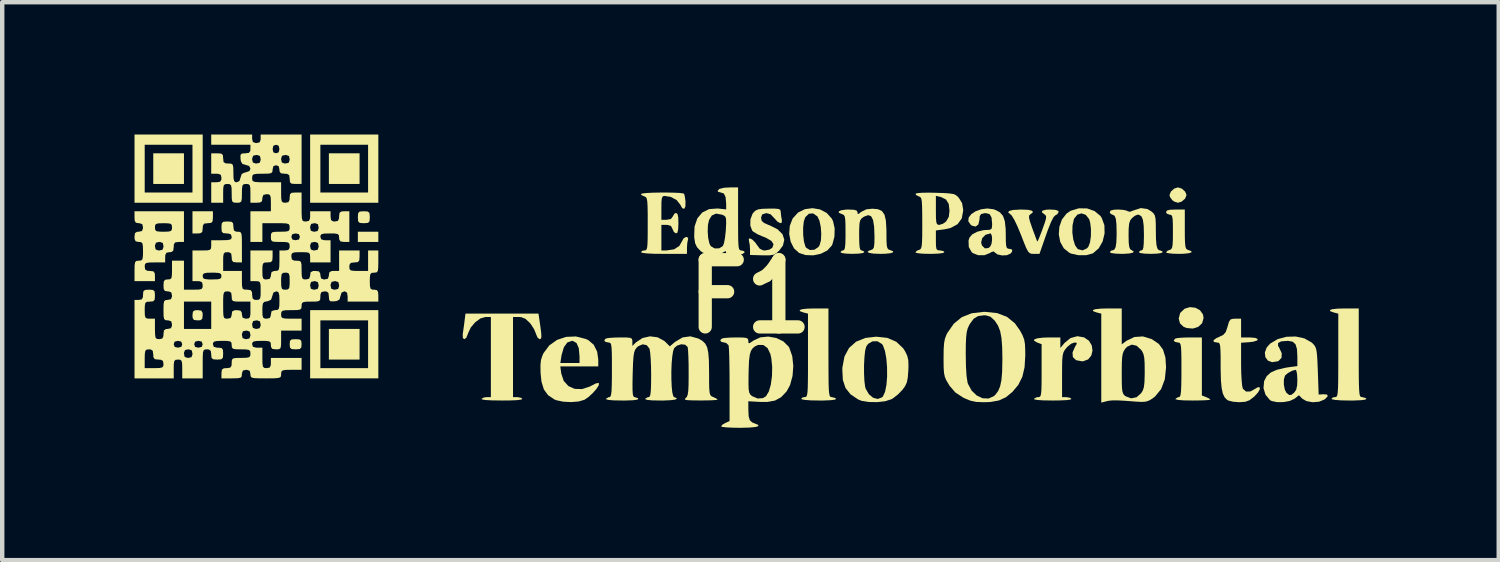
<source format=kicad_pcb>
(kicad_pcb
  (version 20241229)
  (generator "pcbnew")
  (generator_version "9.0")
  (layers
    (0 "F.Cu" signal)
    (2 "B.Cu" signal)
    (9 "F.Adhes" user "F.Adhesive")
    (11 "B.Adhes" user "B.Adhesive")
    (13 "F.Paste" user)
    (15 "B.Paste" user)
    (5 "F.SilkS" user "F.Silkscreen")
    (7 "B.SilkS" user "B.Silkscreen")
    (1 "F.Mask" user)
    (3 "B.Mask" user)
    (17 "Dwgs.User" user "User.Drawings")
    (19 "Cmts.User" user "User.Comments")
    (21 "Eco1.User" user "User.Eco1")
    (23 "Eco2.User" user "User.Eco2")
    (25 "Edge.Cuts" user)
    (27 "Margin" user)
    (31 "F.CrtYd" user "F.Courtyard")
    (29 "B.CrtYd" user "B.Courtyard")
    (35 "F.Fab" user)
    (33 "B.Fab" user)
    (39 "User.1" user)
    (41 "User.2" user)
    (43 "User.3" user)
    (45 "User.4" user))
  (footprint "F1"
    (layer "F.Cu")
    (at 13.956 3.673)
    (property "Reference" "F1" (at 0 0 0) (layer "F.SilkS") (effects (font (size 1.524 1.524) (thickness 0.3))))
    (attr board_only exclude_from_pos_files exclude_from_bom)
    (fp_poly (pts (xy -12.835 -2.552) (xy -13.531 -2.552) (xy -13.531 -3.247) (xy -12.835 -3.247)) (stroke (width 0) (type solid)) (fill yes) (layer "F.SilkS"))
    (fp_poly (pts (xy -8.853 -2.552) (xy -9.549 -2.552) (xy -9.549 -3.247) (xy -8.853 -3.247)) (stroke (width 0) (type solid)) (fill yes) (layer "F.SilkS"))
    (fp_poly (pts (xy -8.853 1.43) (xy -9.549 1.43) (xy -9.549 0.735) (xy -8.853 0.735)) (stroke (width 0) (type solid)) (fill yes) (layer "F.SilkS"))
    (fp_poly (pts (xy -8.428 -1.237) (xy -8.892 -1.237) (xy -8.892 -1.469) (xy -8.428 -1.469)) (stroke (width 0) (type solid)) (fill yes) (layer "F.SilkS"))
    (fp_poly (pts (xy -12.41 -2.126) (xy -13.956 -2.126) (xy -13.956 -2.358) (xy -13.725 -2.358) (xy -12.642 -2.358) (xy -12.642 -3.441) (xy -13.725 -3.441) (xy -13.725 -2.358) (xy -13.956 -2.358) (xy -13.956 -3.673) (xy -12.41 -3.673)) (stroke (width 0) (type solid)) (fill yes) (layer "F.SilkS"))
    (fp_poly (pts (xy -8.428 -2.126) (xy -9.974 -2.126) (xy -9.974 -2.358) (xy -9.742 -2.358) (xy -8.66 -2.358) (xy -8.66 -3.441) (xy -9.742 -3.441) (xy -9.742 -2.358) (xy -9.974 -2.358) (xy -9.974 -3.673) (xy -8.428 -3.673)) (stroke (width 0) (type solid)) (fill yes) (layer "F.SilkS"))
    (fp_poly (pts (xy -8.428 1.856) (xy -9.974 1.856) (xy -9.974 1.624) (xy -9.742 1.624) (xy -8.66 1.624) (xy -8.66 0.541) (xy -9.742 0.541) (xy -9.742 1.624) (xy -9.974 1.624) (xy -9.974 0.309) (xy -8.428 0.309)) (stroke (width 0) (type solid)) (fill yes) (layer "F.SilkS"))
    (fp_poly (pts (xy -12.444 0.319) (xy -12.414 0.364) (xy -12.41 0.425) (xy -12.42 0.507) (xy -12.465 0.538) (xy -12.526 0.541) (xy -12.608 0.532) (xy -12.638 0.486) (xy -12.642 0.425) (xy -12.632 0.343) (xy -12.587 0.313) (xy -12.526 0.309)) (stroke (width 0) (type solid)) (fill yes) (layer "F.SilkS"))
    (fp_poly (pts (xy -10.212 0.973) (xy -10.175 1.006) (xy -10.168 1.082) (xy -10.175 1.16) (xy -10.214 1.192) (xy -10.303 1.198) (xy -10.394 1.192) (xy -10.431 1.159) (xy -10.438 1.082) (xy -10.431 1.005) (xy -10.393 0.973) (xy -10.303 0.967)) (stroke (width 0) (type solid)) (fill yes) (layer "F.SilkS"))
    (fp_poly (pts (xy -12.178 -1.798) (xy -12.185 -1.707) (xy -12.217 -1.67) (xy -12.294 -1.662) (xy -12.376 -1.653) (xy -12.406 -1.608) (xy -12.41 -1.546) (xy -12.42 -1.464) (xy -12.465 -1.434) (xy -12.526 -1.43) (xy -12.642 -1.43) (xy -12.642 -1.933) (xy -12.178 -1.933)) (stroke (width 0) (type solid)) (fill yes) (layer "F.SilkS"))
    (fp_poly (pts (xy 9.793 -2.445) (xy 9.868 -2.376) (xy 9.897 -2.3) (xy 9.865 -2.22) (xy 9.788 -2.153) (xy 9.704 -2.126) (xy 9.619 -2.152) (xy 9.571 -2.187) (xy 9.522 -2.258) (xy 9.511 -2.3) (xy 9.543 -2.38) (xy 9.62 -2.448) (xy 9.704 -2.474)) (stroke (width 0) (type solid)) (fill yes) (layer "F.SilkS"))
    (fp_poly (pts (xy 10.096 0.254) (xy 10.201 0.31) (xy 10.269 0.404) (xy 10.284 0.486) (xy 10.251 0.605) (xy 10.163 0.688) (xy 10.04 0.727) (xy 9.898 0.714) (xy 9.833 0.689) (xy 9.749 0.611) (xy 9.72 0.499) (xy 9.751 0.38) (xy 9.761 0.364) (xy 9.855 0.276) (xy 9.973 0.241)) (stroke (width 0) (type solid)) (fill yes) (layer "F.SilkS"))
    (fp_poly (pts (xy -8.666 -1.927) (xy -8.629 -1.893) (xy -8.621 -1.808) (xy -8.621 -1.798) (xy -8.627 -1.707) (xy -8.661 -1.67) (xy -8.746 -1.662) (xy -8.757 -1.662) (xy -8.847 -1.668) (xy -8.885 -1.702) (xy -8.892 -1.787) (xy -8.892 -1.798) (xy -8.886 -1.888) (xy -8.852 -1.926) (xy -8.767 -1.933) (xy -8.757 -1.933)) (stroke (width 0) (type solid)) (fill yes) (layer "F.SilkS"))
    (fp_poly (pts (xy 10.245 2.244) (xy 10.342 2.281) (xy 10.413 2.315) (xy 10.438 2.338) (xy 10.402 2.346) (xy 10.305 2.353) (xy 10.162 2.357) (xy 10.03 2.358) (xy 9.834 2.355) (xy 9.705 2.345) (xy 9.647 2.329) (xy 9.646 2.32) (xy 9.702 2.284) (xy 9.725 2.281) (xy 9.747 2.269) (xy 9.762 2.227) (xy 9.772 2.145) (xy 9.778 2.012) (xy 9.781 1.818) (xy 9.781 1.662) (xy 9.781 1.431) (xy 9.778 1.266) (xy 9.773 1.156) (xy 9.762 1.09) (xy 9.746 1.056) (xy 9.723 1.045) (xy 9.706 1.044) (xy 9.632 1.027) (xy 9.607 0.991) (xy 9.644 0.953) (xy 9.649 0.951) (xy 9.717 0.939) (xy 9.837 0.931) (xy 9.978 0.928) (xy 10.245 0.928)) (stroke (width 0) (type solid)) (fill yes) (layer "F.SilkS"))
    (fp_poly (pts (xy 9.858 -1.523) (xy 9.859 -1.331) (xy 9.864 -1.202) (xy 9.874 -1.123) (xy 9.892 -1.08) (xy 9.92 -1.06) (xy 9.936 -1.055) (xy 10.008 -1.027) (xy 10.009 -1.001) (xy 9.946 -0.981) (xy 9.825 -0.969) (xy 9.723 -0.967) (xy 9.585 -0.971) (xy 9.482 -0.982) (xy 9.434 -0.997) (xy 9.433 -1.001) (xy 9.465 -1.037) (xy 9.511 -1.055) (xy 9.546 -1.07) (xy 9.568 -1.104) (xy 9.581 -1.171) (xy 9.587 -1.286) (xy 9.588 -1.463) (xy 9.588 -1.465) (xy 9.587 -1.642) (xy 9.582 -1.756) (xy 9.57 -1.82) (xy 9.549 -1.849) (xy 9.516 -1.856) (xy 9.511 -1.856) (xy 9.448 -1.88) (xy 9.433 -1.914) (xy 9.452 -1.949) (xy 9.519 -1.967) (xy 9.646 -1.972) (xy 9.858 -1.972)) (stroke (width 0) (type solid)) (fill yes) (layer "F.SilkS"))
    (fp_poly (pts (xy 1.778 1.276) (xy 1.779 1.58) (xy 1.78 1.816) (xy 1.782 1.992) (xy 1.787 2.117) (xy 1.795 2.2) (xy 1.806 2.249) (xy 1.821 2.273) (xy 1.841 2.28) (xy 1.853 2.281) (xy 1.927 2.299) (xy 1.952 2.32) (xy 1.928 2.338) (xy 1.83 2.351) (xy 1.664 2.358) (xy 1.568 2.358) (xy 1.382 2.355) (xy 1.246 2.345) (xy 1.171 2.33) (xy 1.16 2.32) (xy 1.192 2.288) (xy 1.237 2.281) (xy 1.261 2.278) (xy 1.28 2.265) (xy 1.293 2.23) (xy 1.303 2.167) (xy 1.309 2.065) (xy 1.312 1.916) (xy 1.314 1.711) (xy 1.314 1.441) (xy 1.314 1.335) (xy 1.314 0.388) (xy 1.218 0.364) (xy 1.135 0.334) (xy 1.124 0.308) (xy 1.18 0.288) (xy 1.299 0.275) (xy 1.45 0.271) (xy 1.778 0.271)) (stroke (width 0) (type solid)) (fill yes) (layer "F.SilkS"))
    (fp_poly (pts (xy 13.802 1.276) (xy 13.802 1.58) (xy 13.803 1.816) (xy 13.806 1.992) (xy 13.811 2.117) (xy 13.818 2.2) (xy 13.829 2.249) (xy 13.845 2.273) (xy 13.865 2.28) (xy 13.877 2.281) (xy 13.951 2.299) (xy 13.976 2.32) (xy 13.951 2.338) (xy 13.854 2.351) (xy 13.687 2.358) (xy 13.591 2.358) (xy 13.405 2.355) (xy 13.269 2.345) (xy 13.194 2.33) (xy 13.183 2.32) (xy 13.216 2.288) (xy 13.261 2.281) (xy 13.285 2.278) (xy 13.303 2.265) (xy 13.317 2.23) (xy 13.326 2.167) (xy 13.332 2.065) (xy 13.336 1.916) (xy 13.337 1.711) (xy 13.338 1.441) (xy 13.338 1.335) (xy 13.338 0.388) (xy 13.241 0.364) (xy 13.158 0.334) (xy 13.147 0.308) (xy 13.204 0.288) (xy 13.323 0.275) (xy 13.473 0.271) (xy 13.802 0.271)) (stroke (width 0) (type solid)) (fill yes) (layer "F.SilkS"))
    (fp_poly (pts (xy 1.586 -1.975) (xy 1.738 -1.895) (xy 1.854 -1.766) (xy 1.882 -1.709) (xy 1.919 -1.545) (xy 1.914 -1.358) (xy 1.869 -1.188) (xy 1.854 -1.156) (xy 1.755 -1.046) (xy 1.607 -0.97) (xy 1.433 -0.933) (xy 1.256 -0.94) (xy 1.112 -0.988) (xy 0.997 -1.092) (xy 0.921 -1.243) (xy 0.888 -1.42) (xy 0.898 -1.559) (xy 1.204 -1.559) (xy 1.205 -1.399) (xy 1.222 -1.248) (xy 1.255 -1.135) (xy 1.273 -1.105) (xy 1.358 -1.054) (xy 1.46 -1.061) (xy 1.549 -1.121) (xy 1.576 -1.16) (xy 1.607 -1.269) (xy 1.615 -1.418) (xy 1.604 -1.577) (xy 1.574 -1.719) (xy 1.529 -1.815) (xy 1.525 -1.819) (xy 1.428 -1.885) (xy 1.333 -1.876) (xy 1.253 -1.798) (xy 1.219 -1.701) (xy 1.204 -1.559) (xy 0.898 -1.559) (xy 0.902 -1.603) (xy 0.966 -1.769) (xy 0.968 -1.771) (xy 1.088 -1.903) (xy 1.243 -1.98) (xy 1.415 -2.003)) (stroke (width 0) (type solid)) (fill yes) (layer "F.SilkS"))
    (fp_poly (pts (xy 7.641 -1.997) (xy 7.811 -1.938) (xy 7.944 -1.828) (xy 7.975 -1.781) (xy 8.035 -1.615) (xy 8.039 -1.43) (xy 7.995 -1.248) (xy 7.906 -1.092) (xy 7.78 -0.983) (xy 7.77 -0.977) (xy 7.623 -0.937) (xy 7.448 -0.936) (xy 7.281 -0.973) (xy 7.242 -0.99) (xy 7.115 -1.092) (xy 7.034 -1.237) (xy 7.001 -1.406) (xy 7.004 -1.452) (xy 7.308 -1.452) (xy 7.329 -1.294) (xy 7.37 -1.161) (xy 7.429 -1.078) (xy 7.435 -1.074) (xy 7.54 -1.046) (xy 7.638 -1.091) (xy 7.672 -1.13) (xy 7.709 -1.228) (xy 7.729 -1.372) (xy 7.73 -1.532) (xy 7.712 -1.678) (xy 7.688 -1.756) (xy 7.612 -1.852) (xy 7.516 -1.885) (xy 7.421 -1.856) (xy 7.348 -1.765) (xy 7.343 -1.751) (xy 7.312 -1.613) (xy 7.308 -1.452) (xy 7.004 -1.452) (xy 7.014 -1.582) (xy 7.072 -1.746) (xy 7.176 -1.88) (xy 7.268 -1.943) (xy 7.454 -2)) (stroke (width 0) (type solid)) (fill yes) (layer "F.SilkS"))
    (fp_poly (pts (xy -4.778 0.512) (xy -4.75 0.705) (xy -4.734 0.835) (xy -4.731 0.913) (xy -4.74 0.953) (xy -4.76 0.966) (xy -4.771 0.967) (xy -4.817 0.933) (xy -4.852 0.852) (xy -4.853 0.848) (xy -4.895 0.743) (xy -4.969 0.628) (xy -4.995 0.596) (xy -5.093 0.505) (xy -5.189 0.468) (xy -5.243 0.464) (xy -5.374 0.464) (xy -5.374 2.281) (xy -5.279 2.281) (xy -5.198 2.295) (xy -5.161 2.32) (xy -5.187 2.337) (xy -5.286 2.35) (xy -5.457 2.357) (xy -5.625 2.358) (xy -5.845 2.355) (xy -5.997 2.347) (xy -6.078 2.333) (xy -6.089 2.32) (xy -6.036 2.29) (xy -5.971 2.281) (xy -5.876 2.281) (xy -5.876 0.464) (xy -5.997 0.464) (xy -6.113 0.497) (xy -6.231 0.584) (xy -6.332 0.703) (xy -6.394 0.835) (xy -6.398 0.85) (xy -6.434 0.936) (xy -6.478 0.968) (xy -6.511 0.943) (xy -6.515 0.861) (xy -6.515 0.86) (xy -6.5 0.755) (xy -6.481 0.62) (xy -6.475 0.57) (xy -6.452 0.387) (xy -4.797 0.387)) (stroke (width 0) (type solid)) (fill yes) (layer "F.SilkS"))
    (fp_poly (pts (xy 6.929 -1.964) (xy 6.989 -1.941) (xy 6.998 -1.918) (xy 6.966 -1.864) (xy 6.93 -1.846) (xy 6.884 -1.803) (xy 6.826 -1.692) (xy 6.753 -1.51) (xy 6.713 -1.397) (xy 6.563 -0.967) (xy 6.436 -0.967) (xy 6.381 -0.969) (xy 6.34 -0.984) (xy 6.303 -1.024) (xy 6.262 -1.1) (xy 6.21 -1.226) (xy 6.145 -1.394) (xy 6.066 -1.585) (xy 5.995 -1.734) (xy 5.937 -1.831) (xy 5.908 -1.86) (xy 5.854 -1.904) (xy 5.873 -1.939) (xy 5.962 -1.962) (xy 6.118 -1.971) (xy 6.149 -1.972) (xy 6.311 -1.965) (xy 6.399 -1.943) (xy 6.413 -1.909) (xy 6.358 -1.865) (xy 6.331 -1.84) (xy 6.325 -1.795) (xy 6.343 -1.714) (xy 6.388 -1.582) (xy 6.401 -1.544) (xy 6.451 -1.408) (xy 6.49 -1.303) (xy 6.512 -1.249) (xy 6.514 -1.245) (xy 6.531 -1.273) (xy 6.567 -1.358) (xy 6.615 -1.483) (xy 6.632 -1.53) (xy 6.685 -1.677) (xy 6.711 -1.769) (xy 6.713 -1.821) (xy 6.693 -1.851) (xy 6.676 -1.862) (xy 6.616 -1.911) (xy 6.63 -1.947) (xy 6.715 -1.968) (xy 6.804 -1.972)) (stroke (width 0) (type solid)) (fill yes) (layer "F.SilkS"))
    (fp_poly (pts (xy -3.725 0.962) (xy -3.665 0.99) (xy -3.544 1.094) (xy -3.466 1.251) (xy -3.441 1.429) (xy -3.441 1.585) (xy -4.302 1.585) (xy -4.28 1.746) (xy -4.225 1.912) (xy -4.119 2.03) (xy -3.976 2.094) (xy -3.808 2.099) (xy -3.629 2.04) (xy -3.58 2.013) (xy -3.487 1.967) (xy -3.43 1.962) (xy -3.424 1.968) (xy -3.433 2.019) (xy -3.486 2.1) (xy -3.568 2.192) (xy -3.662 2.278) (xy -3.752 2.34) (xy -3.754 2.341) (xy -3.884 2.38) (xy -4.055 2.394) (xy -4.234 2.385) (xy -4.39 2.352) (xy -4.438 2.333) (xy -4.579 2.237) (xy -4.674 2.108) (xy -4.729 1.931) (xy -4.749 1.736) (xy -4.752 1.564) (xy -4.747 1.508) (xy -4.301 1.508) (xy -3.866 1.508) (xy -3.866 1.356) (xy -3.883 1.171) (xy -3.934 1.054) (xy -4.019 1.006) (xy -4.038 1.005) (xy -4.142 1.042) (xy -4.22 1.149) (xy -4.272 1.324) (xy -4.275 1.343) (xy -4.301 1.508) (xy -4.747 1.508) (xy -4.74 1.44) (xy -4.707 1.337) (xy -4.683 1.285) (xy -4.552 1.109) (xy -4.376 0.984) (xy -4.169 0.915) (xy -3.947 0.906)) (stroke (width 0) (type solid)) (fill yes) (layer "F.SilkS"))
    (fp_poly (pts (xy 11.134 0.928) (xy 11.331 0.928) (xy 11.458 0.939) (xy 11.513 0.965) (xy 11.497 0.997) (xy 11.413 1.024) (xy 11.315 1.036) (xy 11.134 1.048) (xy 11.134 1.532) (xy 11.137 1.724) (xy 11.146 1.892) (xy 11.158 2.02) (xy 11.174 2.089) (xy 11.174 2.09) (xy 11.245 2.155) (xy 11.343 2.153) (xy 11.426 2.108) (xy 11.513 2.057) (xy 11.557 2.059) (xy 11.559 2.102) (xy 11.52 2.173) (xy 11.439 2.263) (xy 11.423 2.277) (xy 11.324 2.352) (xy 11.228 2.387) (xy 11.097 2.396) (xy 11.085 2.396) (xy 10.956 2.386) (xy 10.852 2.361) (xy 10.817 2.344) (xy 10.76 2.285) (xy 10.72 2.2) (xy 10.693 2.076) (xy 10.677 1.903) (xy 10.671 1.668) (xy 10.67 1.563) (xy 10.67 1.354) (xy 10.666 1.21) (xy 10.659 1.119) (xy 10.646 1.069) (xy 10.624 1.048) (xy 10.595 1.044) (xy 10.517 1.03) (xy 10.507 0.996) (xy 10.564 0.949) (xy 10.631 0.918) (xy 10.73 0.87) (xy 10.786 0.806) (xy 10.823 0.699) (xy 10.828 0.68) (xy 10.86 0.572) (xy 10.895 0.52) (xy 10.956 0.504) (xy 11.004 0.503) (xy 11.134 0.503)) (stroke (width 0) (type solid)) (fill yes) (layer "F.SilkS"))
    (fp_poly (pts (xy 3.113 0.938) (xy 3.316 1.026) (xy 3.471 1.172) (xy 3.518 1.245) (xy 3.564 1.342) (xy 3.588 1.441) (xy 3.593 1.57) (xy 3.589 1.682) (xy 3.577 1.84) (xy 3.555 1.949) (xy 3.514 2.036) (xy 3.457 2.114) (xy 3.355 2.22) (xy 3.242 2.308) (xy 3.206 2.329) (xy 3.065 2.374) (xy 2.884 2.395) (xy 2.696 2.392) (xy 2.53 2.365) (xy 2.455 2.336) (xy 2.28 2.219) (xy 2.165 2.074) (xy 2.104 1.89) (xy 2.097 1.742) (xy 2.585 1.742) (xy 2.593 1.913) (xy 2.61 2.045) (xy 2.623 2.091) (xy 2.696 2.217) (xy 2.792 2.296) (xy 2.896 2.323) (xy 2.989 2.288) (xy 3.014 2.264) (xy 3.061 2.162) (xy 3.093 2.005) (xy 3.108 1.814) (xy 3.107 1.608) (xy 3.091 1.409) (xy 3.06 1.237) (xy 3.015 1.111) (xy 2.991 1.077) (xy 2.89 1.015) (xy 2.777 1.016) (xy 2.677 1.074) (xy 2.635 1.134) (xy 2.61 1.229) (xy 2.594 1.377) (xy 2.585 1.556) (xy 2.585 1.742) (xy 2.097 1.742) (xy 2.092 1.654) (xy 2.095 1.605) (xy 2.141 1.36) (xy 2.246 1.165) (xy 2.405 1.024) (xy 2.617 0.939) (xy 2.86 0.911)) (stroke (width 0) (type solid)) (fill yes) (layer "F.SilkS"))
    (fp_poly (pts (xy 7.575 0.927) (xy 7.686 1.004) (xy 7.749 1.111) (xy 7.765 1.23) (xy 7.737 1.341) (xy 7.665 1.427) (xy 7.552 1.468) (xy 7.525 1.469) (xy 7.393 1.444) (xy 7.32 1.374) (xy 7.312 1.268) (xy 7.369 1.139) (xy 7.409 1.072) (xy 7.401 1.047) (xy 7.353 1.044) (xy 7.279 1.072) (xy 7.194 1.142) (xy 7.175 1.163) (xy 7.134 1.215) (xy 7.106 1.268) (xy 7.089 1.336) (xy 7.079 1.436) (xy 7.076 1.582) (xy 7.075 1.781) (xy 7.075 2.281) (xy 7.169 2.281) (xy 7.251 2.295) (xy 7.288 2.32) (xy 7.262 2.338) (xy 7.164 2.35) (xy 6.995 2.357) (xy 6.862 2.358) (xy 6.654 2.355) (xy 6.513 2.346) (xy 6.443 2.331) (xy 6.437 2.32) (xy 6.492 2.287) (xy 6.536 2.281) (xy 6.564 2.277) (xy 6.585 2.257) (xy 6.598 2.21) (xy 6.606 2.124) (xy 6.61 1.989) (xy 6.611 1.793) (xy 6.611 1.681) (xy 6.611 1.081) (xy 6.506 1.041) (xy 6.44 1.003) (xy 6.447 0.971) (xy 6.519 0.947) (xy 6.653 0.932) (xy 6.775 0.928) (xy 7.036 0.928) (xy 7.036 1.166) (xy 7.134 1.05) (xy 7.267 0.942) (xy 7.422 0.9)) (stroke (width 0) (type solid)) (fill yes) (layer "F.SilkS"))
    (fp_poly (pts (xy 0.565 -1.993) (xy 0.647 -1.985) (xy 0.685 -1.965) (xy 0.696 -1.927) (xy 0.696 -1.916) (xy 0.707 -1.811) (xy 0.72 -1.749) (xy 0.722 -1.679) (xy 0.685 -1.663) (xy 0.62 -1.699) (xy 0.546 -1.781) (xy 0.465 -1.864) (xy 0.382 -1.889) (xy 0.355 -1.887) (xy 0.276 -1.861) (xy 0.252 -1.795) (xy 0.251 -1.78) (xy 0.264 -1.718) (xy 0.313 -1.671) (xy 0.416 -1.624) (xy 0.445 -1.614) (xy 0.624 -1.524) (xy 0.736 -1.413) (xy 0.777 -1.288) (xy 0.746 -1.155) (xy 0.66 -1.04) (xy 0.594 -0.981) (xy 0.53 -0.947) (xy 0.445 -0.934) (xy 0.312 -0.933) (xy 0.273 -0.934) (xy 0 -0.942) (xy 0 -1.067) (xy -0.007 -1.175) (xy -0.023 -1.253) (xy -0.029 -1.308) (xy 0.004 -1.317) (xy 0.059 -1.285) (xy 0.122 -1.22) (xy 0.15 -1.179) (xy 0.22 -1.085) (xy 0.297 -1.047) (xy 0.342 -1.044) (xy 0.442 -1.064) (xy 0.505 -1.105) (xy 0.533 -1.184) (xy 0.485 -1.26) (xy 0.359 -1.333) (xy 0.286 -1.362) (xy 0.167 -1.413) (xy 0.076 -1.469) (xy 0.048 -1.495) (xy 0.006 -1.61) (xy 0.009 -1.748) (xy 0.056 -1.875) (xy 0.074 -1.899) (xy 0.123 -1.948) (xy 0.186 -1.976) (xy 0.285 -1.989) (xy 0.422 -1.993)) (stroke (width 0) (type solid)) (fill yes) (layer "F.SilkS"))
    (fp_poly (pts (xy 8.428 1.085) (xy 8.538 1.003) (xy 8.715 0.918) (xy 8.908 0.905) (xy 9.107 0.966) (xy 9.121 0.974) (xy 9.269 1.075) (xy 9.365 1.206) (xy 9.418 1.38) (xy 9.433 1.605) (xy 9.405 1.877) (xy 9.321 2.099) (xy 9.183 2.268) (xy 9.124 2.313) (xy 9.046 2.36) (xy 8.971 2.384) (xy 8.873 2.39) (xy 8.729 2.382) (xy 8.699 2.379) (xy 8.484 2.363) (xy 8.33 2.355) (xy 8.218 2.355) (xy 8.132 2.364) (xy 8.07 2.378) (xy 7.964 2.406) (xy 7.964 1.743) (xy 8.428 1.743) (xy 8.429 1.938) (xy 8.433 2.071) (xy 8.444 2.156) (xy 8.463 2.209) (xy 8.492 2.244) (xy 8.515 2.261) (xy 8.641 2.309) (xy 8.764 2.284) (xy 8.868 2.192) (xy 8.906 2.13) (xy 8.93 2.055) (xy 8.943 1.948) (xy 8.948 1.791) (xy 8.949 1.702) (xy 8.947 1.518) (xy 8.939 1.393) (xy 8.921 1.307) (xy 8.89 1.241) (xy 8.869 1.211) (xy 8.764 1.115) (xy 8.654 1.091) (xy 8.548 1.141) (xy 8.51 1.182) (xy 8.474 1.235) (xy 8.451 1.297) (xy 8.437 1.385) (xy 8.43 1.515) (xy 8.428 1.703) (xy 8.428 1.743) (xy 7.964 1.743) (xy 7.964 0.388) (xy 7.867 0.364) (xy 7.784 0.334) (xy 7.773 0.308) (xy 7.83 0.288) (xy 7.949 0.275) (xy 8.099 0.271) (xy 8.428 0.271)) (stroke (width 0) (type solid)) (fill yes) (layer "F.SilkS"))
    (fp_poly (pts (xy -0.271 -1.759) (xy -0.27 -1.508) (xy -0.269 -1.324) (xy -0.264 -1.196) (xy -0.257 -1.115) (xy -0.244 -1.069) (xy -0.225 -1.049) (xy -0.199 -1.044) (xy -0.19 -1.044) (xy -0.131 -1.025) (xy -0.125 -0.996) (xy -0.172 -0.964) (xy -0.275 -0.942) (xy -0.341 -0.935) (xy -0.461 -0.933) (xy -0.522 -0.946) (xy -0.541 -0.979) (xy -0.541 -0.986) (xy -0.548 -1.026) (xy -0.582 -1.018) (xy -0.627 -0.988) (xy -0.771 -0.931) (xy -0.931 -0.937) (xy -1.083 -1.003) (xy -1.126 -1.037) (xy -1.203 -1.119) (xy -1.245 -1.209) (xy -1.265 -1.34) (xy -1.266 -1.357) (xy -1.262 -1.478) (xy -0.96 -1.478) (xy -0.949 -1.328) (xy -0.921 -1.203) (xy -0.891 -1.143) (xy -0.804 -1.091) (xy -0.699 -1.092) (xy -0.617 -1.143) (xy -0.591 -1.208) (xy -0.568 -1.328) (xy -0.551 -1.478) (xy -0.549 -1.509) (xy -0.541 -1.662) (xy -0.543 -1.755) (xy -0.558 -1.807) (xy -0.591 -1.836) (xy -0.638 -1.856) (xy -0.77 -1.88) (xy -0.867 -1.836) (xy -0.928 -1.738) (xy -0.954 -1.625) (xy -0.96 -1.478) (xy -1.262 -1.478) (xy -1.258 -1.586) (xy -1.195 -1.771) (xy -1.083 -1.905) (xy -0.927 -1.982) (xy -0.733 -1.996) (xy -0.725 -1.995) (xy -0.541 -1.975) (xy -0.541 -2.106) (xy -0.554 -2.253) (xy -0.593 -2.334) (xy -0.661 -2.358) (xy -0.722 -2.373) (xy -0.735 -2.393) (xy -0.698 -2.439) (xy -0.59 -2.466) (xy -0.441 -2.474) (xy -0.271 -2.474)) (stroke (width 0) (type solid)) (fill yes) (layer "F.SilkS"))
    (fp_poly (pts (xy 4.198 -2.352) (xy 4.391 -2.346) (xy 4.522 -2.337) (xy 4.608 -2.324) (xy 4.665 -2.301) (xy 4.708 -2.266) (xy 4.739 -2.23) (xy 4.808 -2.117) (xy 4.832 -1.974) (xy 4.833 -1.947) (xy 4.801 -1.771) (xy 4.706 -1.64) (xy 4.55 -1.555) (xy 4.412 -1.524) (xy 4.214 -1.498) (xy 4.214 -1.271) (xy 4.216 -1.144) (xy 4.228 -1.076) (xy 4.257 -1.049) (xy 4.311 -1.044) (xy 4.383 -1.031) (xy 4.407 -1.005) (xy 4.371 -0.986) (xy 4.271 -0.973) (xy 4.121 -0.967) (xy 4.079 -0.967) (xy 3.93 -0.97) (xy 3.817 -0.98) (xy 3.756 -0.994) (xy 3.75 -1.001) (xy 3.782 -1.037) (xy 3.827 -1.055) (xy 3.857 -1.067) (xy 3.878 -1.093) (xy 3.892 -1.145) (xy 3.9 -1.234) (xy 3.904 -1.373) (xy 3.905 -1.573) (xy 3.905 -1.662) (xy 3.904 -1.887) (xy 3.901 -2.047) (xy 3.895 -2.153) (xy 3.884 -2.217) (xy 3.865 -2.251) (xy 3.839 -2.266) (xy 3.827 -2.27) (xy 3.803 -2.282) (xy 4.214 -2.282) (xy 4.214 -1.953) (xy 4.215 -1.793) (xy 4.222 -1.695) (xy 4.238 -1.645) (xy 4.265 -1.626) (xy 4.291 -1.624) (xy 4.375 -1.65) (xy 4.446 -1.701) (xy 4.507 -1.807) (xy 4.523 -1.945) (xy 4.505 -2.101) (xy 4.443 -2.2) (xy 4.332 -2.255) (xy 4.32 -2.258) (xy 4.214 -2.282) (xy 3.803 -2.282) (xy 3.765 -2.302) (xy 3.75 -2.327) (xy 3.787 -2.343) (xy 3.892 -2.352) (xy 4.055 -2.355)) (stroke (width 0) (type solid)) (fill yes) (layer "F.SilkS"))
    (fp_poly (pts (xy 5.521 -1.978) (xy 5.559 -1.965) (xy 5.664 -1.91) (xy 5.735 -1.829) (xy 5.777 -1.709) (xy 5.796 -1.535) (xy 5.799 -1.401) (xy 5.8 -1.244) (xy 5.808 -1.149) (xy 5.824 -1.101) (xy 5.853 -1.084) (xy 5.876 -1.082) (xy 5.944 -1.065) (xy 5.941 -1.016) (xy 5.907 -0.974) (xy 5.826 -0.937) (xy 5.715 -0.931) (xy 5.612 -0.954) (xy 5.568 -0.985) (xy 5.524 -1.022) (xy 5.472 -1.007) (xy 5.438 -0.985) (xy 5.313 -0.936) (xy 5.173 -0.936) (xy 5.052 -0.984) (xy 5.026 -1.005) (xy 4.96 -1.122) (xy 4.956 -1.225) (xy 5.24 -1.225) (xy 5.259 -1.157) (xy 5.325 -1.091) (xy 5.405 -1.099) (xy 5.443 -1.129) (xy 5.474 -1.192) (xy 5.488 -1.282) (xy 5.484 -1.369) (xy 5.463 -1.424) (xy 5.449 -1.43) (xy 5.34 -1.4) (xy 5.265 -1.324) (xy 5.24 -1.225) (xy 4.956 -1.225) (xy 4.954 -1.265) (xy 4.973 -1.332) (xy 5.037 -1.408) (xy 5.152 -1.469) (xy 5.292 -1.504) (xy 5.353 -1.508) (xy 5.442 -1.513) (xy 5.481 -1.544) (xy 5.489 -1.623) (xy 5.489 -1.653) (xy 5.476 -1.792) (xy 5.432 -1.868) (xy 5.35 -1.89) (xy 5.313 -1.888) (xy 5.238 -1.869) (xy 5.208 -1.82) (xy 5.202 -1.74) (xy 5.177 -1.634) (xy 5.116 -1.586) (xy 5.032 -1.606) (xy 5.005 -1.625) (xy 4.949 -1.706) (xy 4.957 -1.789) (xy 5.016 -1.867) (xy 5.115 -1.933) (xy 5.241 -1.978) (xy 5.38 -1.996)) (stroke (width 0) (type solid)) (fill yes) (layer "F.SilkS"))
    (fp_poly (pts (xy 9.009 -1.984) (xy 9.099 -1.93) (xy 9.148 -1.887) (xy 9.178 -1.838) (xy 9.194 -1.765) (xy 9.2 -1.65) (xy 9.201 -1.508) (xy 9.204 -1.306) (xy 9.215 -1.17) (xy 9.236 -1.089) (xy 9.269 -1.051) (xy 9.302 -1.044) (xy 9.351 -1.022) (xy 9.356 -1.005) (xy 9.32 -0.985) (xy 9.224 -0.972) (xy 9.085 -0.967) (xy 9.085 -0.967) (xy 8.946 -0.972) (xy 8.85 -0.985) (xy 8.815 -1.005) (xy 8.815 -1.005) (xy 8.846 -1.039) (xy 8.873 -1.044) (xy 8.9 -1.057) (xy 8.918 -1.106) (xy 8.927 -1.203) (xy 8.931 -1.361) (xy 8.931 -1.403) (xy 8.926 -1.604) (xy 8.908 -1.738) (xy 8.875 -1.817) (xy 8.822 -1.852) (xy 8.788 -1.856) (xy 8.725 -1.83) (xy 8.66 -1.778) (xy 8.62 -1.725) (xy 8.596 -1.653) (xy 8.585 -1.54) (xy 8.583 -1.391) (xy 8.586 -1.226) (xy 8.598 -1.124) (xy 8.621 -1.071) (xy 8.641 -1.058) (xy 8.698 -1.023) (xy 8.684 -0.995) (xy 8.604 -0.976) (xy 8.463 -0.967) (xy 8.428 -0.967) (xy 8.289 -0.972) (xy 8.193 -0.985) (xy 8.157 -1.005) (xy 8.157 -1.005) (xy 8.188 -1.04) (xy 8.211 -1.044) (xy 8.258 -1.061) (xy 8.289 -1.118) (xy 8.306 -1.228) (xy 8.312 -1.401) (xy 8.312 -1.45) (xy 8.308 -1.639) (xy 8.294 -1.762) (xy 8.266 -1.83) (xy 8.223 -1.855) (xy 8.211 -1.856) (xy 8.164 -1.887) (xy 8.157 -1.914) (xy 8.178 -1.95) (xy 8.251 -1.968) (xy 8.348 -1.972) (xy 8.464 -1.964) (xy 8.544 -1.946) (xy 8.563 -1.933) (xy 8.613 -1.921) (xy 8.699 -1.953) (xy 8.862 -2.005)) (stroke (width 0) (type solid)) (fill yes) (layer "F.SilkS"))
    (fp_poly (pts (xy -1.721 -2.354) (xy -1.594 -2.348) (xy -1.513 -2.337) (xy -1.495 -2.329) (xy -1.48 -2.275) (xy -1.466 -2.177) (xy -1.463 -2.149) (xy -1.466 -2.037) (xy -1.494 -1.987) (xy -1.538 -2.004) (xy -1.583 -2.084) (xy -1.665 -2.188) (xy -1.796 -2.258) (xy -1.939 -2.281) (xy -1.977 -2.272) (xy -1.998 -2.234) (xy -2.008 -2.152) (xy -2.01 -2.01) (xy -2.01 -1.74) (xy -1.891 -1.74) (xy -1.795 -1.757) (xy -1.752 -1.814) (xy -1.751 -1.817) (xy -1.712 -1.88) (xy -1.677 -1.894) (xy -1.645 -1.872) (xy -1.628 -1.796) (xy -1.624 -1.662) (xy -1.629 -1.525) (xy -1.646 -1.451) (xy -1.678 -1.43) (xy -1.726 -1.463) (xy -1.756 -1.527) (xy -1.792 -1.599) (xy -1.869 -1.623) (xy -1.895 -1.624) (xy -2.01 -1.624) (xy -2.01 -1.044) (xy -1.897 -1.044) (xy -1.721 -1.07) (xy -1.603 -1.147) (xy -1.553 -1.234) (xy -1.505 -1.32) (xy -1.448 -1.353) (xy -1.402 -1.331) (xy -1.407 -1.292) (xy -1.423 -1.212) (xy -1.43 -1.103) (xy -1.43 -1.099) (xy -1.43 -0.967) (xy -1.952 -0.967) (xy -2.173 -0.969) (xy -2.338 -0.977) (xy -2.441 -0.99) (xy -2.474 -1.005) (xy -2.442 -1.037) (xy -2.397 -1.044) (xy -2.368 -1.048) (xy -2.347 -1.066) (xy -2.333 -1.111) (xy -2.325 -1.193) (xy -2.321 -1.324) (xy -2.32 -1.515) (xy -2.32 -1.647) (xy -2.32 -1.875) (xy -2.323 -2.038) (xy -2.329 -2.147) (xy -2.34 -2.213) (xy -2.357 -2.249) (xy -2.383 -2.265) (xy -2.397 -2.27) (xy -2.46 -2.3) (xy -2.474 -2.324) (xy -2.439 -2.337) (xy -2.343 -2.347) (xy -2.206 -2.354) (xy -2.045 -2.357) (xy -1.877 -2.357)) (stroke (width 0) (type solid)) (fill yes) (layer "F.SilkS"))
    (fp_poly (pts (xy 5.602 0.376) (xy 5.826 0.461) (xy 6.005 0.607) (xy 6.122 0.772) (xy 6.181 0.883) (xy 6.216 0.977) (xy 6.234 1.081) (xy 6.24 1.221) (xy 6.241 1.333) (xy 6.225 1.604) (xy 6.174 1.821) (xy 6.083 2.003) (xy 5.951 2.161) (xy 5.804 2.283) (xy 5.644 2.357) (xy 5.449 2.392) (xy 5.302 2.397) (xy 5.129 2.39) (xy 4.994 2.361) (xy 4.857 2.304) (xy 4.828 2.289) (xy 4.656 2.176) (xy 4.528 2.029) (xy 4.505 1.992) (xy 4.452 1.903) (xy 4.418 1.825) (xy 4.399 1.737) (xy 4.39 1.618) (xy 4.388 1.449) (xy 4.388 1.395) (xy 4.389 1.314) (xy 4.891 1.314) (xy 4.896 1.585) (xy 4.909 1.797) (xy 4.931 1.944) (xy 4.941 1.98) (xy 5.025 2.134) (xy 5.141 2.245) (xy 5.274 2.307) (xy 5.41 2.313) (xy 5.532 2.256) (xy 5.561 2.229) (xy 5.625 2.144) (xy 5.67 2.038) (xy 5.7 1.898) (xy 5.716 1.709) (xy 5.721 1.459) (xy 5.722 1.411) (xy 5.717 1.146) (xy 5.701 0.942) (xy 5.672 0.787) (xy 5.625 0.665) (xy 5.559 0.562) (xy 5.543 0.542) (xy 5.452 0.458) (xy 5.349 0.428) (xy 5.303 0.426) (xy 5.17 0.444) (xy 5.071 0.504) (xy 4.985 0.621) (xy 4.965 0.657) (xy 4.934 0.726) (xy 4.913 0.809) (xy 4.9 0.922) (xy 4.893 1.08) (xy 4.891 1.299) (xy 4.891 1.314) (xy 4.389 1.314) (xy 4.39 1.199) (xy 4.4 1.059) (xy 4.419 0.957) (xy 4.451 0.872) (xy 4.471 0.831) (xy 4.62 0.617) (xy 4.802 0.468) (xy 5.026 0.38) (xy 5.299 0.348) (xy 5.33 0.348)) (stroke (width 0) (type solid)) (fill yes) (layer "F.SilkS"))
    (fp_poly (pts (xy 2.9 -1.98) (xy 2.99 -1.939) (xy 3.048 -1.857) (xy 3.08 -1.725) (xy 3.092 -1.531) (xy 3.093 -1.442) (xy 3.094 -1.27) (xy 3.1 -1.161) (xy 3.114 -1.098) (xy 3.139 -1.067) (xy 3.17 -1.055) (xy 3.242 -1.027) (xy 3.243 -1.001) (xy 3.18 -0.981) (xy 3.059 -0.969) (xy 2.958 -0.967) (xy 2.804 -0.972) (xy 2.704 -0.988) (xy 2.664 -1.01) (xy 2.691 -1.037) (xy 2.745 -1.055) (xy 2.785 -1.074) (xy 2.808 -1.116) (xy 2.819 -1.199) (xy 2.822 -1.34) (xy 2.822 -1.359) (xy 2.814 -1.583) (xy 2.789 -1.736) (xy 2.744 -1.822) (xy 2.678 -1.845) (xy 2.586 -1.811) (xy 2.565 -1.798) (xy 2.522 -1.763) (xy 2.495 -1.718) (xy 2.481 -1.645) (xy 2.475 -1.525) (xy 2.474 -1.391) (xy 2.477 -1.221) (xy 2.485 -1.116) (xy 2.501 -1.061) (xy 2.528 -1.044) (xy 2.532 -1.044) (xy 2.584 -1.023) (xy 2.59 -1.005) (xy 2.555 -0.985) (xy 2.459 -0.972) (xy 2.32 -0.967) (xy 2.32 -0.967) (xy 2.181 -0.972) (xy 2.085 -0.985) (xy 2.049 -1.005) (xy 2.049 -1.005) (xy 2.08 -1.039) (xy 2.107 -1.044) (xy 2.134 -1.056) (xy 2.151 -1.102) (xy 2.161 -1.194) (xy 2.165 -1.344) (xy 2.165 -1.445) (xy 2.164 -1.626) (xy 2.159 -1.744) (xy 2.147 -1.814) (xy 2.125 -1.85) (xy 2.092 -1.866) (xy 2.088 -1.867) (xy 2.015 -1.898) (xy 2.012 -1.93) (xy 2.069 -1.956) (xy 2.178 -1.971) (xy 2.223 -1.972) (xy 2.349 -1.967) (xy 2.414 -1.951) (xy 2.435 -1.917) (xy 2.436 -1.908) (xy 2.443 -1.869) (xy 2.475 -1.882) (xy 2.517 -1.917) (xy 2.638 -1.977) (xy 2.772 -1.991)) (stroke (width 0) (type solid)) (fill yes) (layer "F.SilkS"))
    (fp_poly (pts (xy 12.568 0.949) (xy 12.729 1.039) (xy 12.757 1.064) (xy 12.796 1.107) (xy 12.824 1.155) (xy 12.843 1.222) (xy 12.856 1.322) (xy 12.865 1.469) (xy 12.874 1.679) (xy 12.874 1.692) (xy 12.893 2.223) (xy 13 2.216) (xy 13.084 2.223) (xy 13.099 2.26) (xy 13.042 2.321) (xy 13.02 2.337) (xy 12.899 2.386) (xy 12.754 2.397) (xy 12.615 2.371) (xy 12.524 2.318) (xy 12.446 2.239) (xy 12.345 2.318) (xy 12.239 2.368) (xy 12.096 2.394) (xy 11.948 2.395) (xy 11.826 2.369) (xy 11.788 2.347) (xy 11.687 2.226) (xy 11.642 2.075) (xy 11.649 2.002) (xy 12.104 2.002) (xy 12.127 2.116) (xy 12.162 2.182) (xy 12.224 2.233) (xy 12.276 2.229) (xy 12.339 2.178) (xy 12.384 2.114) (xy 12.406 2.01) (xy 12.41 1.888) (xy 12.403 1.758) (xy 12.386 1.679) (xy 12.369 1.662) (xy 12.29 1.685) (xy 12.197 1.735) (xy 12.132 1.791) (xy 12.13 1.794) (xy 12.104 1.882) (xy 12.104 2.002) (xy 11.649 2.002) (xy 11.656 1.919) (xy 11.715 1.806) (xy 11.807 1.723) (xy 11.943 1.662) (xy 12.136 1.616) (xy 12.226 1.602) (xy 12.41 1.576) (xy 12.41 1.366) (xy 12.401 1.192) (xy 12.368 1.083) (xy 12.305 1.025) (xy 12.203 1.006) (xy 12.186 1.006) (xy 12.045 1.017) (xy 11.974 1.053) (xy 11.971 1.115) (xy 11.999 1.164) (xy 12.056 1.287) (xy 12.051 1.39) (xy 11.984 1.461) (xy 11.965 1.469) (xy 11.837 1.489) (xy 11.741 1.453) (xy 11.684 1.374) (xy 11.673 1.271) (xy 11.714 1.157) (xy 11.793 1.068) (xy 11.964 0.966) (xy 12.164 0.913) (xy 12.373 0.907)) (stroke (width 0) (type solid)) (fill yes) (layer "F.SilkS"))
    (fp_poly (pts (xy 0.594 0.94) (xy 0.755 1.017) (xy 0.873 1.133) (xy 0.89 1.161) (xy 0.957 1.351) (xy 0.981 1.573) (xy 0.964 1.801) (xy 0.907 2.01) (xy 0.829 2.152) (xy 0.706 2.282) (xy 0.567 2.359) (xy 0.393 2.391) (xy 0.226 2.39) (xy -0.039 2.375) (xy -0.038 2.57) (xy -0.031 2.715) (xy -0.006 2.803) (xy 0.047 2.854) (xy 0.106 2.878) (xy 0.185 2.911) (xy 0.188 2.939) (xy 0.12 2.959) (xy -0.018 2.972) (xy -0.224 2.977) (xy -0.232 2.977) (xy -0.403 2.974) (xy -0.541 2.967) (xy -0.631 2.956) (xy -0.657 2.944) (xy -0.626 2.906) (xy -0.561 2.868) (xy -0.464 2.824) (xy -0.464 1.995) (xy -0.464 1.985) (xy -0.035 1.985) (xy -0.031 2.104) (xy -0.018 2.178) (xy 0.006 2.223) (xy 0.043 2.256) (xy 0.047 2.259) (xy 0.174 2.313) (xy 0.294 2.304) (xy 0.363 2.26) (xy 0.426 2.155) (xy 0.472 1.995) (xy 0.498 1.801) (xy 0.502 1.594) (xy 0.482 1.397) (xy 0.461 1.303) (xy 0.397 1.169) (xy 0.301 1.099) (xy 0.184 1.098) (xy 0.122 1.124) (xy 0.064 1.168) (xy 0.022 1.23) (xy -0.006 1.323) (xy -0.023 1.461) (xy -0.031 1.655) (xy -0.034 1.805) (xy -0.035 1.985) (xy -0.464 1.985) (xy -0.465 1.747) (xy -0.468 1.522) (xy -0.472 1.334) (xy -0.478 1.194) (xy -0.485 1.116) (xy -0.487 1.105) (xy -0.541 1.053) (xy -0.582 1.044) (xy -0.654 1.027) (xy -0.676 0.989) (xy -0.636 0.952) (xy -0.635 0.951) (xy -0.566 0.939) (xy -0.447 0.931) (xy -0.306 0.928) (xy -0.165 0.93) (xy -0.085 0.939) (xy -0.048 0.961) (xy -0.039 1) (xy -0.039 1.006) (xy -0.035 1.054) (xy -0.012 1.059) (xy 0.049 1.02) (xy 0.081 0.997) (xy 0.235 0.926) (xy 0.413 0.908)) (stroke (width 0) (type solid)) (fill yes) (layer "F.SilkS"))
    (fp_poly (pts (xy -12.835 -1.237) (xy -12.951 -1.237) (xy -13.033 -1.228) (xy -13.064 -1.182) (xy -13.067 -1.121) (xy -13.078 -1.038) (xy -13.122 -1.008) (xy -13.164 -1.005) (xy -13.233 -0.993) (xy -13.258 -0.94) (xy -13.261 -0.889) (xy -13.261 -0.773) (xy -13.493 -0.773) (xy -13.621 -0.771) (xy -13.691 -0.76) (xy -13.719 -0.732) (xy -13.725 -0.68) (xy -13.725 -0.677) (xy -13.712 -0.607) (xy -13.659 -0.582) (xy -13.609 -0.58) (xy -13.526 -0.57) (xy -13.496 -0.525) (xy -13.493 -0.464) (xy -13.493 -0.348) (xy -13.956 -0.348) (xy -13.956 -0.58) (xy -13.954 -0.708) (xy -13.943 -0.778) (xy -13.915 -0.806) (xy -13.863 -0.812) (xy -13.86 -0.812) (xy -13.804 -0.817) (xy -13.776 -0.847) (xy -13.765 -0.918) (xy -13.763 -1.025) (xy -13.766 -1.14) (xy -13.493 -1.14) (xy -13.477 -1.067) (xy -13.414 -1.044) (xy -13.396 -1.044) (xy -13.322 -1.06) (xy -13.3 -1.123) (xy -13.299 -1.14) (xy -13.315 -1.214) (xy -13.378 -1.237) (xy -13.396 -1.237) (xy -13.469 -1.221) (xy -13.492 -1.158) (xy -13.493 -1.14) (xy -13.766 -1.14) (xy -13.766 -1.146) (xy -13.779 -1.21) (xy -13.812 -1.234) (xy -13.86 -1.237) (xy -13.929 -1.25) (xy -13.954 -1.303) (xy -13.956 -1.353) (xy -13.946 -1.436) (xy -13.902 -1.466) (xy -13.86 -1.469) (xy -13.786 -1.485) (xy -13.764 -1.548) (xy -13.763 -1.566) (xy -13.493 -1.566) (xy -13.486 -1.508) (xy -13.454 -1.48) (xy -13.377 -1.47) (xy -13.299 -1.469) (xy -13.185 -1.472) (xy -13.127 -1.488) (xy -13.108 -1.527) (xy -13.106 -1.566) (xy -13.112 -1.623) (xy -13.144 -1.652) (xy -13.222 -1.661) (xy -13.299 -1.662) (xy -13.414 -1.659) (xy -13.471 -1.643) (xy -13.491 -1.605) (xy -13.493 -1.566) (xy -13.763 -1.566) (xy -13.779 -1.639) (xy -13.842 -1.662) (xy -13.86 -1.662) (xy -13.925 -1.673) (xy -13.952 -1.718) (xy -13.956 -1.798) (xy -13.956 -1.933) (xy -12.835 -1.933)) (stroke (width 0) (type solid)) (fill yes) (layer "F.SilkS"))
    (fp_poly (pts (xy -1.171 0.953) (xy -1.082 1.004) (xy -1.017 1.066) (xy -0.973 1.15) (xy -0.947 1.271) (xy -0.933 1.439) (xy -0.929 1.67) (xy -0.928 1.731) (xy -0.928 1.939) (xy -0.925 2.082) (xy -0.917 2.174) (xy -0.903 2.229) (xy -0.879 2.258) (xy -0.844 2.276) (xy -0.831 2.281) (xy -0.76 2.315) (xy -0.735 2.338) (xy -0.771 2.346) (xy -0.868 2.353) (xy -1.01 2.356) (xy -1.131 2.357) (xy -1.308 2.355) (xy -1.418 2.35) (xy -1.471 2.34) (xy -1.478 2.322) (xy -1.459 2.304) (xy -1.432 2.274) (xy -1.413 2.224) (xy -1.401 2.142) (xy -1.394 2.013) (xy -1.392 1.825) (xy -1.392 1.729) (xy -1.393 1.531) (xy -1.398 1.358) (xy -1.405 1.226) (xy -1.413 1.151) (xy -1.415 1.144) (xy -1.47 1.093) (xy -1.559 1.083) (xy -1.654 1.113) (xy -1.718 1.168) (xy -1.745 1.242) (xy -1.764 1.366) (xy -1.778 1.525) (xy -1.784 1.702) (xy -1.783 1.88) (xy -1.776 2.043) (xy -1.762 2.175) (xy -1.741 2.259) (xy -1.72 2.281) (xy -1.669 2.302) (xy -1.662 2.32) (xy -1.699 2.338) (xy -1.801 2.351) (xy -1.957 2.358) (xy -2.032 2.358) (xy -2.215 2.355) (xy -2.332 2.344) (xy -2.378 2.326) (xy -2.378 2.32) (xy -2.322 2.284) (xy -2.298 2.281) (xy -2.275 2.268) (xy -2.259 2.222) (xy -2.249 2.132) (xy -2.244 1.987) (xy -2.242 1.781) (xy -2.245 1.583) (xy -2.253 1.405) (xy -2.265 1.267) (xy -2.279 1.185) (xy -2.28 1.182) (xy -2.343 1.103) (xy -2.435 1.084) (xy -2.535 1.127) (xy -2.575 1.164) (xy -2.605 1.207) (xy -2.627 1.268) (xy -2.642 1.361) (xy -2.652 1.499) (xy -2.659 1.696) (xy -2.661 1.763) (xy -2.665 1.975) (xy -2.664 2.121) (xy -2.658 2.213) (xy -2.645 2.262) (xy -2.624 2.28) (xy -2.615 2.281) (xy -2.548 2.303) (xy -2.532 2.32) (xy -2.557 2.339) (xy -2.654 2.352) (xy -2.819 2.358) (xy -2.9 2.358) (xy -3.09 2.355) (xy -3.214 2.344) (xy -3.266 2.328) (xy -3.267 2.32) (xy -3.211 2.284) (xy -3.187 2.281) (xy -3.166 2.269) (xy -3.151 2.227) (xy -3.14 2.145) (xy -3.135 2.012) (xy -3.132 1.818) (xy -3.132 1.662) (xy -3.132 1.431) (xy -3.134 1.266) (xy -3.14 1.156) (xy -3.15 1.09) (xy -3.166 1.056) (xy -3.19 1.045) (xy -3.207 1.044) (xy -3.281 1.027) (xy -3.306 0.991) (xy -3.269 0.953) (xy -3.263 0.951) (xy -3.195 0.939) (xy -3.076 0.931) (xy -2.935 0.928) (xy -2.795 0.929) (xy -2.715 0.938) (xy -2.678 0.959) (xy -2.668 1) (xy -2.668 1.025) (xy -2.668 1.121) (xy -2.589 1.042) (xy -2.44 0.942) (xy -2.268 0.903) (xy -2.095 0.925) (xy -1.942 1.008) (xy -1.917 1.032) (xy -1.819 1.13) (xy -1.701 1.03) (xy -1.53 0.928) (xy -1.352 0.903)) (stroke (width 0) (type solid)) (fill yes) (layer "F.SilkS"))
    (fp_poly (pts (xy -11.289 -3.576) (xy -11.273 -3.503) (xy -11.21 -3.48) (xy -11.192 -3.479) (xy -11.119 -3.495) (xy -11.096 -3.558) (xy -11.096 -3.576) (xy -11.096 -3.673) (xy -10.168 -3.673) (xy -10.168 -2.552) (xy -10.303 -2.552) (xy -10.394 -2.558) (xy -10.431 -2.591) (xy -10.438 -2.668) (xy -10.448 -2.75) (xy -10.493 -2.78) (xy -10.554 -2.784) (xy -10.637 -2.794) (xy -10.668 -2.838) (xy -10.67 -2.88) (xy -10.688 -2.956) (xy -10.748 -2.977) (xy -10.808 -2.954) (xy -10.825 -2.88) (xy -10.83 -2.827) (xy -10.857 -2.798) (xy -10.924 -2.786) (xy -11.049 -2.784) (xy -11.057 -2.784) (xy -11.185 -2.782) (xy -11.255 -2.77) (xy -11.283 -2.742) (xy -11.289 -2.69) (xy -11.289 -2.687) (xy -11.286 -2.64) (xy -11.267 -2.612) (xy -11.216 -2.597) (xy -11.118 -2.591) (xy -10.96 -2.59) (xy -10.632 -2.59) (xy -10.632 -2.358) (xy -10.63 -2.23) (xy -10.618 -2.16) (xy -10.591 -2.132) (xy -10.538 -2.126) (xy -10.535 -2.126) (xy -10.466 -2.139) (xy -10.441 -2.192) (xy -10.438 -2.242) (xy -10.431 -2.32) (xy -10.393 -2.352) (xy -10.303 -2.358) (xy -10.168 -2.358) (xy -10.168 -2.03) (xy -10.167 -1.871) (xy -10.161 -1.773) (xy -10.146 -1.723) (xy -10.118 -1.704) (xy -10.071 -1.701) (xy -10.002 -1.714) (xy -9.977 -1.767) (xy -9.974 -1.817) (xy -9.974 -1.933) (xy -9.511 -1.933) (xy -9.511 -1.817) (xy -9.5 -1.734) (xy -9.456 -1.704) (xy -9.414 -1.701) (xy -9.345 -1.714) (xy -9.32 -1.767) (xy -9.317 -1.817) (xy -9.308 -1.899) (xy -9.262 -1.929) (xy -9.201 -1.933) (xy -9.085 -1.933) (xy -9.085 -1.237) (xy -9.201 -1.237) (xy -9.284 -1.248) (xy -9.314 -1.292) (xy -9.317 -1.334) (xy -9.323 -1.389) (xy -9.352 -1.418) (xy -9.424 -1.429) (xy -9.53 -1.43) (xy -9.653 -1.427) (xy -9.717 -1.413) (xy -9.74 -1.38) (xy -9.742 -1.353) (xy -9.724 -1.297) (xy -9.656 -1.277) (xy -9.626 -1.276) (xy -9.511 -1.276) (xy -9.511 -0.773) (xy -9.974 -0.773) (xy -9.974 -0.889) (xy -9.978 -0.955) (xy -10.001 -0.99) (xy -10.064 -1.003) (xy -10.184 -1.005) (xy -10.187 -1.005) (xy -10.309 -1.003) (xy -10.372 -0.989) (xy -10.396 -0.957) (xy -10.4 -0.909) (xy -10.387 -0.839) (xy -10.334 -0.814) (xy -10.284 -0.812) (xy -10.217 -0.808) (xy -10.183 -0.785) (xy -10.17 -0.723) (xy -10.168 -0.602) (xy -10.168 -0.599) (xy -10.165 -0.477) (xy -10.152 -0.414) (xy -10.119 -0.39) (xy -10.071 -0.387) (xy -9.998 -0.403) (xy -9.975 -0.465) (xy -9.974 -0.483) (xy -9.962 -0.552) (xy -9.909 -0.578) (xy -9.858 -0.58) (xy -9.776 -0.57) (xy -9.745 -0.525) (xy -9.742 -0.483) (xy -9.726 -0.41) (xy -9.664 -0.387) (xy -9.646 -0.387) (xy -9.572 -0.403) (xy -9.55 -0.465) (xy -9.549 -0.483) (xy -9.537 -0.552) (xy -9.484 -0.578) (xy -9.433 -0.58) (xy -9.317 -0.58) (xy -9.317 -1.044) (xy -8.853 -1.044) (xy -8.853 -0.909) (xy -8.86 -0.818) (xy -8.893 -0.78) (xy -8.969 -0.773) (xy -9.052 -0.763) (xy -9.082 -0.719) (xy -9.085 -0.677) (xy -9.08 -0.621) (xy -9.051 -0.592) (xy -8.979 -0.581) (xy -8.873 -0.58) (xy -8.66 -0.58) (xy -8.66 -1.044) (xy -8.428 -1.044) (xy -8.428 -0.793) (xy -8.43 -0.657) (xy -8.439 -0.582) (xy -8.463 -0.549) (xy -8.509 -0.541) (xy -8.525 -0.541) (xy -8.582 -0.535) (xy -8.611 -0.503) (xy -8.62 -0.426) (xy -8.621 -0.348) (xy -8.618 -0.233) (xy -8.602 -0.176) (xy -8.563 -0.156) (xy -8.525 -0.155) (xy -8.459 -0.145) (xy -8.433 -0.099) (xy -8.428 -0.019) (xy -8.428 0.116) (xy -9.124 0.116) (xy -9.124 0) (xy -9.136 -0.085) (xy -9.182 -0.115) (xy -9.199 -0.116) (xy -9.261 -0.089) (xy -9.286 -0.01) (xy -9.308 0.067) (xy -9.368 0.101) (xy -9.424 0.109) (xy -9.51 0.11) (xy -9.543 0.079) (xy -9.549 0.002) (xy -9.559 -0.082) (xy -9.601 -0.113) (xy -9.646 -0.116) (xy -9.715 -0.103) (xy -9.74 -0.05) (xy -9.742 0) (xy -9.746 0.066) (xy -9.769 0.101) (xy -9.832 0.114) (xy -9.952 0.116) (xy -9.955 0.116) (xy -10.077 0.118) (xy -10.14 0.132) (xy -10.164 0.164) (xy -10.168 0.213) (xy -10.173 0.266) (xy -10.199 0.295) (xy -10.266 0.307) (xy -10.392 0.309) (xy -10.4 0.309) (xy -10.528 0.311) (xy -10.598 0.323) (xy -10.626 0.35) (xy -10.632 0.403) (xy -10.632 0.406) (xy -10.627 0.46) (xy -10.6 0.488) (xy -10.533 0.5) (xy -10.408 0.503) (xy -10.4 0.503) (xy -10.168 0.503) (xy -10.168 0.773) (xy -10.632 0.773) (xy -10.632 0.986) (xy -10.634 1.107) (xy -10.646 1.171) (xy -10.68 1.195) (xy -10.746 1.198) (xy -10.748 1.198) (xy -10.831 1.188) (xy -10.861 1.144) (xy -10.864 1.102) (xy -10.869 1.046) (xy -10.898 1.018) (xy -10.97 1.007) (xy -11.076 1.005) (xy -11.199 1.009) (xy -11.263 1.023) (xy -11.287 1.055) (xy -11.289 1.082) (xy -11.271 1.139) (xy -11.203 1.159) (xy -11.173 1.16) (xy -11.057 1.16) (xy -11.057 1.392) (xy -11.055 1.52) (xy -11.044 1.59) (xy -11.016 1.618) (xy -10.964 1.624) (xy -10.96 1.624) (xy -10.891 1.611) (xy -10.866 1.558) (xy -10.864 1.508) (xy -10.864 1.392) (xy -10.168 1.392) (xy -10.168 1.662) (xy -10.4 1.662) (xy -10.528 1.664) (xy -10.598 1.676) (xy -10.626 1.704) (xy -10.632 1.756) (xy -10.632 1.759) (xy -10.634 1.805) (xy -10.653 1.833) (xy -10.701 1.848) (xy -10.795 1.855) (xy -10.949 1.856) (xy -10.98 1.856) (xy -11.144 1.855) (xy -11.247 1.85) (xy -11.301 1.836) (xy -11.323 1.81) (xy -11.328 1.768) (xy -11.328 1.759) (xy -11.344 1.685) (xy -11.406 1.663) (xy -11.424 1.662) (xy -11.498 1.678) (xy -11.52 1.741) (xy -11.521 1.759) (xy -11.526 1.813) (xy -11.553 1.842) (xy -11.62 1.853) (xy -11.745 1.856) (xy -11.753 1.856) (xy -11.985 1.856) (xy -11.985 1.74) (xy -11.975 1.658) (xy -11.93 1.627) (xy -11.869 1.624) (xy -11.787 1.614) (xy -11.756 1.569) (xy -11.753 1.508) (xy -11.749 1.441) (xy -11.726 1.407) (xy -11.664 1.394) (xy -11.543 1.392) (xy -11.54 1.392) (xy -11.418 1.389) (xy -11.355 1.376) (xy -11.331 1.343) (xy -11.328 1.295) (xy -11.333 1.24) (xy -11.362 1.211) (xy -11.434 1.2) (xy -11.54 1.198) (xy -11.662 1.196) (xy -11.725 1.183) (xy -11.749 1.15) (xy -11.753 1.102) (xy -11.758 1.046) (xy -11.788 1.018) (xy -11.859 1.007) (xy -11.965 1.005) (xy -12.088 1.009) (xy -12.152 1.023) (xy -12.176 1.055) (xy -12.178 1.082) (xy -12.16 1.139) (xy -12.092 1.159) (xy -12.062 1.16) (xy -11.984 1.167) (xy -11.952 1.206) (xy -11.946 1.295) (xy -11.952 1.386) (xy -11.986 1.423) (xy -12.071 1.43) (xy -12.081 1.43) (xy -12.172 1.424) (xy -12.21 1.391) (xy -12.217 1.314) (xy -12.227 1.232) (xy -12.271 1.201) (xy -12.313 1.198) (xy -12.36 1.201) (xy -12.389 1.221) (xy -12.404 1.272) (xy -12.409 1.369) (xy -12.41 1.527) (xy -12.41 1.856) (xy -12.874 1.856) (xy -12.874 1.643) (xy -12.876 1.521) (xy -12.89 1.458) (xy -12.922 1.434) (xy -12.971 1.43) (xy -13.026 1.436) (xy -13.055 1.465) (xy -13.066 1.537) (xy -13.067 1.643) (xy -13.067 1.856) (xy -13.956 1.856) (xy -13.956 1.624) (xy -13.725 1.624) (xy -13.512 1.624) (xy -13.39 1.621) (xy -13.327 1.608) (xy -13.303 1.575) (xy -13.299 1.527) (xy -13.312 1.458) (xy -13.365 1.433) (xy -13.415 1.43) (xy -13.497 1.421) (xy -13.528 1.376) (xy -13.531 1.314) (xy -13.534 1.295) (xy -12.835 1.295) (xy -12.819 1.369) (xy -12.756 1.391) (xy -12.739 1.392) (xy -12.665 1.376) (xy -12.642 1.313) (xy -12.642 1.295) (xy -12.658 1.222) (xy -12.721 1.199) (xy -12.739 1.198) (xy -12.812 1.214) (xy -12.835 1.277) (xy -12.835 1.295) (xy -13.534 1.295) (xy -13.542 1.232) (xy -13.586 1.201) (xy -13.628 1.198) (xy -13.683 1.204) (xy -13.712 1.233) (xy -13.723 1.305) (xy -13.725 1.411) (xy -13.725 1.624) (xy -13.956 1.624) (xy -13.956 1.082) (xy -13.067 1.082) (xy -13.045 1.143) (xy -12.971 1.16) (xy -12.895 1.142) (xy -12.874 1.082) (xy -12.603 1.082) (xy -12.581 1.143) (xy -12.507 1.16) (xy -12.431 1.142) (xy -12.41 1.082) (xy -12.433 1.022) (xy -12.507 1.005) (xy -12.582 1.023) (xy -12.603 1.082) (xy -12.874 1.082) (xy -12.897 1.022) (xy -12.971 1.005) (xy -13.046 1.023) (xy -13.067 1.082) (xy -13.956 1.082) (xy -13.956 0.077) (xy -13.86 0.077) (xy -13.791 0.065) (xy -13.765 0.012) (xy -13.763 -0.039) (xy -13.756 -0.117) (xy -13.717 -0.149) (xy -13.628 -0.155) (xy -13.537 -0.149) (xy -13.5 -0.115) (xy -13.493 -0.03) (xy -13.493 -0.019) (xy -13.499 0.072) (xy -13.532 0.109) (xy -13.609 0.116) (xy -13.677 0.12) (xy -13.711 0.146) (xy -13.723 0.214) (xy -13.725 0.309) (xy -13.722 0.424) (xy -13.706 0.481) (xy -13.666 0.5) (xy -13.609 0.503) (xy -13.493 0.503) (xy -13.493 0.735) (xy -13.49 0.863) (xy -13.479 0.933) (xy -13.451 0.961) (xy -13.399 0.967) (xy -13.396 0.967) (xy -13.327 0.954) (xy -13.302 0.901) (xy -13.3 0.87) (xy -11.521 0.87) (xy -11.505 0.943) (xy -11.442 0.966) (xy -11.424 0.967) (xy -11.351 0.951) (xy -11.328 0.888) (xy -11.328 0.87) (xy -11.344 0.796) (xy -11.406 0.774) (xy -11.424 0.773) (xy -11.498 0.789) (xy -11.52 0.852) (xy -11.521 0.87) (xy -13.3 0.87) (xy -13.299 0.851) (xy -13.289 0.768) (xy -13.245 0.737) (xy -13.203 0.735) (xy -12.835 0.735) (xy -12.217 0.735) (xy -12.217 0.638) (xy -11.289 0.638) (xy -11.273 0.711) (xy -11.21 0.734) (xy -11.192 0.735) (xy -11.119 0.719) (xy -11.096 0.656) (xy -11.096 0.638) (xy -11.112 0.564) (xy -11.174 0.542) (xy -11.192 0.541) (xy -11.266 0.557) (xy -11.288 0.62) (xy -11.289 0.638) (xy -12.217 0.638) (xy -12.217 0.193) (xy -11.946 0.193) (xy -11.945 0.347) (xy -11.939 0.439) (xy -11.922 0.485) (xy -11.89 0.501) (xy -11.849 0.503) (xy -11.776 0.487) (xy -11.753 0.424) (xy -11.753 0.406) (xy -11.74 0.337) (xy -11.687 0.312) (xy -11.637 0.309) (xy -11.554 0.32) (xy -11.524 0.364) (xy -11.521 0.406) (xy -11.505 0.48) (xy -11.442 0.502) (xy -11.424 0.503) (xy -11.367 0.496) (xy -11.338 0.464) (xy -11.328 0.387) (xy -11.328 0.312) (xy -11.057 0.312) (xy -11.054 0.426) (xy -11.037 0.482) (xy -10.998 0.501) (xy -10.96 0.503) (xy -10.887 0.487) (xy -10.864 0.424) (xy -10.864 0.406) (xy -10.848 0.332) (xy -10.785 0.31) (xy -10.767 0.309) (xy -10.712 0.304) (xy -10.683 0.275) (xy -10.672 0.203) (xy -10.67 0.097) (xy -10.674 -0.027) (xy -10.689 -0.091) (xy -10.721 -0.114) (xy -10.745 -0.116) (xy -10.807 -0.089) (xy -10.832 -0.01) (xy -10.86 0.073) (xy -10.933 0.106) (xy -10.951 0.109) (xy -11.014 0.122) (xy -11.045 0.157) (xy -11.056 0.235) (xy -11.057 0.312) (xy -11.328 0.312) (xy -11.328 0.309) (xy -11.328 0.116) (xy -11.54 0.116) (xy -11.662 0.114) (xy -11.725 0.101) (xy -11.749 0.067) (xy -11.753 0.002) (xy -11.753 0) (xy -11.763 -0.083) (xy -11.807 -0.113) (xy -11.849 -0.116) (xy -11.897 -0.113) (xy -11.926 -0.092) (xy -11.941 -0.039) (xy -11.946 0.063) (xy -11.946 0.193) (xy -12.217 0.193) (xy -12.217 0.116) (xy -12.835 0.116) (xy -12.835 0.735) (xy -13.203 0.735) (xy -13.129 0.719) (xy -13.106 0.656) (xy -13.106 0.638) (xy -13.122 0.564) (xy -13.185 0.542) (xy -13.203 0.541) (xy -13.256 0.536) (xy -13.285 0.509) (xy -13.297 0.443) (xy -13.299 0.317) (xy -13.299 0.309) (xy -13.297 0.181) (xy -13.286 0.111) (xy -13.258 0.083) (xy -13.206 0.077) (xy -13.203 0.077) (xy -13.129 0.061) (xy -13.106 -0.002) (xy -13.106 -0.019) (xy -13.122 -0.093) (xy -13.185 -0.116) (xy -13.203 -0.116) (xy -13.268 -0.126) (xy -13.295 -0.172) (xy -13.299 -0.251) (xy -13.292 -0.343) (xy -13.26 -0.38) (xy -13.203 -0.387) (xy -13.147 -0.392) (xy -13.118 -0.421) (xy -13.108 -0.493) (xy -13.106 -0.599) (xy -13.106 -0.812) (xy -12.835 -0.812) (xy -12.835 -0.155) (xy -12.623 -0.155) (xy -12.501 -0.157) (xy -12.437 -0.17) (xy -12.414 -0.203) (xy -12.41 -0.251) (xy -12.423 -0.32) (xy -12.476 -0.346) (xy -12.526 -0.348) (xy -12.642 -0.348) (xy -12.642 -0.464) (xy -12.41 -0.464) (xy -12.401 -0.419) (xy -12.361 -0.396) (xy -12.272 -0.387) (xy -12.197 -0.387) (xy -12.075 -0.39) (xy -12.011 -0.404) (xy -11.987 -0.437) (xy -11.985 -0.464) (xy -11.994 -0.509) (xy -12.034 -0.532) (xy -12.123 -0.54) (xy -12.197 -0.541) (xy -12.32 -0.538) (xy -12.384 -0.523) (xy -12.408 -0.491) (xy -12.41 -0.464) (xy -12.642 -0.464) (xy -12.642 -1.044) (xy -12.429 -1.044) (xy -12.308 -1.046) (xy -12.245 -1.059) (xy -12.221 -1.093) (xy -12.217 -1.158) (xy -12.217 -1.276) (xy -11.985 -1.276) (xy -11.855 -1.279) (xy -11.785 -1.291) (xy -11.757 -1.319) (xy -11.753 -1.353) (xy -11.771 -1.41) (xy -11.839 -1.43) (xy -11.869 -1.43) (xy -11.947 -1.438) (xy -11.979 -1.476) (xy -11.985 -1.566) (xy -11.979 -1.656) (xy -11.945 -1.694) (xy -11.86 -1.701) (xy -11.849 -1.701) (xy -11.759 -1.695) (xy -11.721 -1.662) (xy -11.714 -1.585) (xy -11.704 -1.502) (xy -11.66 -1.472) (xy -11.618 -1.469) (xy -11.572 -1.466) (xy -11.543 -1.448) (xy -11.528 -1.4) (xy -11.522 -1.306) (xy -11.521 -1.152) (xy -11.521 -1.121) (xy -11.521 -0.773) (xy -11.637 -0.773) (xy -11.719 -0.783) (xy -11.749 -0.828) (xy -11.753 -0.889) (xy -11.763 -0.972) (xy -11.807 -1.002) (xy -11.849 -1.005) (xy -11.905 -1) (xy -11.934 -0.97) (xy -11.945 -0.899) (xy -11.946 -0.793) (xy -11.946 -0.58) (xy -11.521 -0.58) (xy -11.521 -0.367) (xy -11.519 -0.246) (xy -11.506 -0.182) (xy -11.472 -0.158) (xy -11.407 -0.155) (xy -11.405 -0.155) (xy -11.323 -0.145) (xy -11.292 -0.1) (xy -11.289 -0.039) (xy -11.278 0.044) (xy -11.234 0.075) (xy -11.192 0.077) (xy -11.137 0.072) (xy -11.108 0.043) (xy -11.097 -0.029) (xy -11.096 -0.135) (xy -11.098 -0.257) (xy -11.11 -0.32) (xy -11.144 -0.344) (xy -11.21 -0.348) (xy -10.632 -0.348) (xy -10.629 -0.233) (xy -10.613 -0.176) (xy -10.574 -0.156) (xy -10.535 -0.155) (xy -10.478 -0.161) (xy -10.449 -0.193) (xy -10.442 -0.251) (xy -9.974 -0.251) (xy -9.958 -0.178) (xy -9.896 -0.155) (xy -9.878 -0.155) (xy -9.804 -0.171) (xy -9.782 -0.233) (xy -9.781 -0.251) (xy -9.511 -0.251) (xy -9.495 -0.178) (xy -9.432 -0.155) (xy -9.414 -0.155) (xy -9.34 -0.171) (xy -9.318 -0.233) (xy -9.317 -0.251) (xy -9.333 -0.325) (xy -9.396 -0.348) (xy -9.414 -0.348) (xy -9.487 -0.332) (xy -9.51 -0.269) (xy -9.511 -0.251) (xy -9.781 -0.251) (xy -9.797 -0.325) (xy -9.86 -0.348) (xy -9.878 -0.348) (xy -9.951 -0.332) (xy -9.974 -0.269) (xy -9.974 -0.251) (xy -10.442 -0.251) (xy -10.439 -0.27) (xy -10.438 -0.348) (xy -10.441 -0.463) (xy -10.457 -0.52) (xy -10.496 -0.539) (xy -10.535 -0.541) (xy -10.592 -0.535) (xy -10.621 -0.503) (xy -10.631 -0.426) (xy -10.632 -0.348) (xy -11.21 -0.348) (xy -11.328 -0.348) (xy -11.328 -1.044) (xy -10.825 -1.044) (xy -10.825 -0.909) (xy -10.831 -0.818) (xy -10.864 -0.78) (xy -10.941 -0.773) (xy -11.01 -0.769) (xy -11.044 -0.743) (xy -11.056 -0.675) (xy -11.057 -0.58) (xy -11.054 -0.465) (xy -11.038 -0.408) (xy -10.999 -0.388) (xy -10.96 -0.387) (xy -10.887 -0.403) (xy -10.864 -0.465) (xy -10.864 -0.483) (xy -10.848 -0.557) (xy -10.785 -0.58) (xy -10.767 -0.58) (xy -10.713 -0.585) (xy -10.684 -0.612) (xy -10.673 -0.679) (xy -10.67 -0.804) (xy -10.67 -0.812) (xy -10.67 -1.044) (xy -10.554 -1.044) (xy -10.471 -1.054) (xy -10.441 -1.098) (xy -10.438 -1.14) (xy -9.974 -1.14) (xy -9.958 -1.067) (xy -9.896 -1.044) (xy -9.878 -1.044) (xy -9.804 -1.06) (xy -9.782 -1.123) (xy -9.781 -1.14) (xy -9.797 -1.214) (xy -9.86 -1.237) (xy -9.878 -1.237) (xy -9.951 -1.221) (xy -9.974 -1.158) (xy -9.974 -1.14) (xy -10.438 -1.14) (xy -10.444 -1.196) (xy -10.473 -1.225) (xy -10.545 -1.236) (xy -10.651 -1.237) (xy -10.773 -1.239) (xy -10.836 -1.252) (xy -10.86 -1.286) (xy -10.864 -1.351) (xy -10.864 -1.353) (xy -10.4 -1.353) (xy -10.377 -1.292) (xy -10.303 -1.276) (xy -10.227 -1.294) (xy -10.206 -1.353) (xy -10.229 -1.414) (xy -10.303 -1.43) (xy -10.379 -1.412) (xy -10.4 -1.353) (xy -10.864 -1.353) (xy -10.86 -1.419) (xy -10.837 -1.454) (xy -10.774 -1.467) (xy -10.654 -1.469) (xy -10.651 -1.469) (xy -10.529 -1.472) (xy -10.466 -1.485) (xy -10.442 -1.517) (xy -10.438 -1.566) (xy -9.974 -1.566) (xy -9.958 -1.492) (xy -9.896 -1.47) (xy -9.878 -1.469) (xy -9.804 -1.485) (xy -9.782 -1.548) (xy -9.781 -1.566) (xy -9.797 -1.639) (xy -9.86 -1.662) (xy -9.878 -1.662) (xy -9.951 -1.646) (xy -9.974 -1.584) (xy -9.974 -1.566) (xy -10.438 -1.566) (xy -10.442 -1.614) (xy -10.462 -1.642) (xy -10.515 -1.657) (xy -10.617 -1.662) (xy -10.748 -1.662) (xy -11.057 -1.662) (xy -11.057 -1.237) (xy -11.328 -1.237) (xy -11.328 -1.933) (xy -10.864 -1.933) (xy -10.864 -2.126) (xy -10.867 -2.241) (xy -10.883 -2.298) (xy -10.921 -2.318) (xy -10.96 -2.32) (xy -11.034 -2.304) (xy -11.057 -2.241) (xy -11.057 -2.223) (xy -11.067 -2.158) (xy -11.113 -2.131) (xy -11.192 -2.126) (xy -11.328 -2.126) (xy -11.328 -2.339) (xy -11.33 -2.461) (xy -11.343 -2.524) (xy -11.376 -2.548) (xy -11.424 -2.552) (xy -11.48 -2.546) (xy -11.508 -2.517) (xy -11.519 -2.445) (xy -11.521 -2.339) (xy -11.523 -2.217) (xy -11.536 -2.154) (xy -11.57 -2.13) (xy -11.635 -2.126) (xy -11.637 -2.126) (xy -11.703 -2.13) (xy -11.738 -2.153) (xy -11.751 -2.216) (xy -11.753 -2.336) (xy -11.753 -2.339) (xy -11.755 -2.461) (xy -11.769 -2.524) (xy -11.801 -2.548) (xy -11.849 -2.552) (xy -11.905 -2.546) (xy -11.934 -2.517) (xy -11.945 -2.445) (xy -11.946 -2.339) (xy -11.946 -2.126) (xy -12.217 -2.126) (xy -12.217 -2.59) (xy -12.101 -2.59) (xy -12.018 -2.601) (xy -11.988 -2.645) (xy -11.985 -2.687) (xy -11.997 -2.756) (xy -12.05 -2.781) (xy -12.101 -2.784) (xy -12.217 -2.784) (xy -12.217 -3.247) (xy -12.081 -3.247) (xy -11.991 -3.241) (xy -11.953 -3.208) (xy -11.946 -3.132) (xy -11.937 -3.049) (xy -11.891 -3.019) (xy -11.83 -3.016) (xy -11.764 -3.012) (xy -11.729 -2.989) (xy -11.716 -2.926) (xy -11.714 -2.806) (xy -11.714 -2.803) (xy -11.711 -2.68) (xy -11.696 -2.616) (xy -11.663 -2.592) (xy -11.639 -2.59) (xy -11.577 -2.618) (xy -11.552 -2.697) (xy -11.525 -2.779) (xy -11.452 -2.813) (xy -11.434 -2.815) (xy -11.349 -2.845) (xy -11.328 -2.9) (xy -11.357 -2.96) (xy -11.434 -2.984) (xy -11.51 -3.006) (xy -11.544 -3.066) (xy -11.551 -3.112) (xy -11.289 -3.112) (xy -11.273 -3.039) (xy -11.21 -3.016) (xy -11.192 -3.016) (xy -11.119 -3.031) (xy -11.096 -3.094) (xy -11.096 -3.112) (xy -10.632 -3.112) (xy -10.616 -3.039) (xy -10.553 -3.016) (xy -10.535 -3.016) (xy -10.461 -3.031) (xy -10.439 -3.094) (xy -10.438 -3.112) (xy -10.454 -3.186) (xy -10.517 -3.208) (xy -10.535 -3.209) (xy -10.609 -3.193) (xy -10.631 -3.13) (xy -10.632 -3.112) (xy -11.096 -3.112) (xy -11.112 -3.186) (xy -11.174 -3.208) (xy -11.192 -3.209) (xy -11.266 -3.193) (xy -11.288 -3.13) (xy -11.289 -3.112) (xy -11.551 -3.112) (xy -11.552 -3.122) (xy -11.554 -3.208) (xy -11.522 -3.242) (xy -11.446 -3.247) (xy -11.362 -3.257) (xy -11.331 -3.3) (xy -11.328 -3.344) (xy -10.825 -3.344) (xy -10.807 -3.268) (xy -10.748 -3.247) (xy -10.687 -3.27) (xy -10.67 -3.344) (xy -10.688 -3.42) (xy -10.748 -3.441) (xy -10.808 -3.418) (xy -10.825 -3.344) (xy -11.328 -3.344) (xy -11.328 -3.441) (xy -12.217 -3.441) (xy -12.217 -3.673) (xy -11.289 -3.673)) (stroke (width 0) (type solid)) (fill yes) (layer "F.SilkS")))
  (gr_rect
    (start -3 -3)
    (end 30.932 9.65)
    (stroke (width 0.1) (type default))
    (fill no)
    (layer "Edge.Cuts")))
</source>
